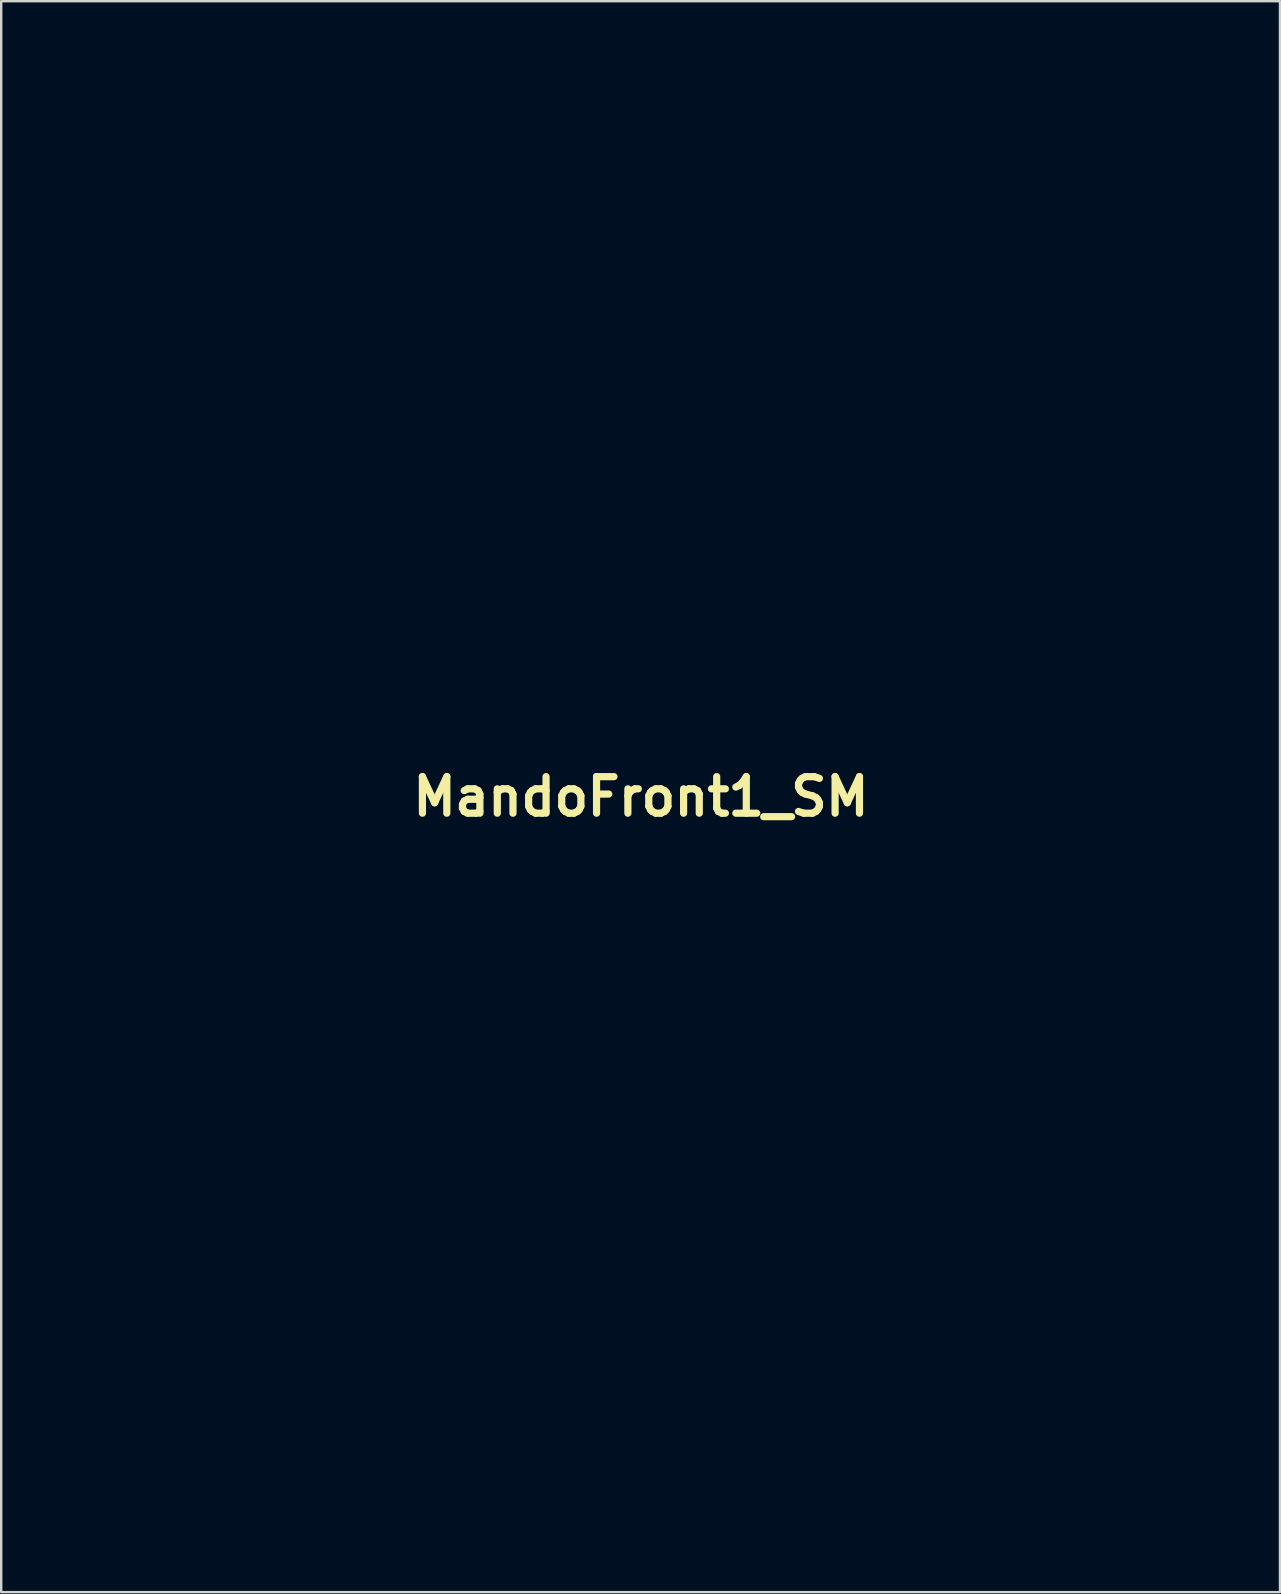
<source format=kicad_pcb>
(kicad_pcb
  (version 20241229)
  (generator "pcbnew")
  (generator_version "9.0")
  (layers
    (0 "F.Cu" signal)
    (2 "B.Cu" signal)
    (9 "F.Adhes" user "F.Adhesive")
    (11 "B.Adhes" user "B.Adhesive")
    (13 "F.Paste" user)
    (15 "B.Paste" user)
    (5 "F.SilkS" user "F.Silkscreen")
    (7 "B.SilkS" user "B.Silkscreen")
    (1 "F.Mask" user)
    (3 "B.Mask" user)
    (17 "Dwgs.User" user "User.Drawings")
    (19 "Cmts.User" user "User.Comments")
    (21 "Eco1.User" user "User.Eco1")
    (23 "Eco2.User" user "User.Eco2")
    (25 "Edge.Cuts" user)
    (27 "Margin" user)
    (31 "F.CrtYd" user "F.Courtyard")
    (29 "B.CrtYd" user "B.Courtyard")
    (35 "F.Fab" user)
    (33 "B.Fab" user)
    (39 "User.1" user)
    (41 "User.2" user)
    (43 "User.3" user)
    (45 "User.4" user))
  (footprint "MandoFront1_SM"
    (layer "F.Cu")
    (at 23.664 30.154)
    (property "Reference" "MandoFront1_SM" (at 0 0 0) (layer "F.SilkS") (effects (font (size 1.524 1.524) (thickness 0.3))))
    (attr board_only exclude_from_pos_files exclude_from_bom)
    (fp_poly (pts (xy 1.27 -10.058) (xy -1.27 -10.058) (xy -1.358 -30.154) (xy 1.358 -30.154)) (stroke (width 0) (type solid)) (fill yes) (layer "F.Mask"))
    (fp_poly (pts (xy 23.634 4.89) (xy 21.597 4.89) (xy 21.597 0.407) (xy 23.634 0.407)) (stroke (width 0) (type solid)) (fill yes) (layer "F.Mask"))
    (fp_poly (pts (xy 22.936 -1.881) (xy 23.286 -1.826) (xy 23.436 -1.756) (xy 23.472 -1.542) (xy 23.457 -1.174) (xy 23.436 -1.009) (xy 23.346 -0.407) (xy 21.597 -0.407) (xy 21.597 -1.902) (xy 22.472 -1.902)) (stroke (width 0) (type solid)) (fill yes) (layer "F.Mask"))
    (fp_poly (pts (xy -22.666 5.198) (xy -22.565 5.318) (xy -22.712 5.536) (xy -22.797 5.617) (xy -23.002 5.766) (xy -23.158 5.711) (xy -23.273 5.593) (xy -23.464 5.34) (xy -23.433 5.209) (xy -23.162 5.164) (xy -23.023 5.161)) (stroke (width 0) (type solid)) (fill yes) (layer "F.Mask"))
    (fp_poly (pts (xy -21.597 -0.407) (xy -22.463 -0.407) (xy -22.933 -0.414) (xy -23.2 -0.451) (xy -23.33 -0.548) (xy -23.393 -0.732) (xy -23.407 -0.799) (xy -23.5 -1.231) (xy -23.574 -1.546) (xy -23.664 -1.902) (xy -21.597 -1.902)) (stroke (width 0) (type solid)) (fill yes) (layer "F.Mask"))
    (fp_poly (pts (xy 23.38 5.198) (xy 23.481 5.318) (xy 23.334 5.536) (xy 23.249 5.617) (xy 23.044 5.766) (xy 22.888 5.711) (xy 22.773 5.593) (xy 22.582 5.34) (xy 22.613 5.209) (xy 22.884 5.164) (xy 23.023 5.161)) (stroke (width 0) (type solid)) (fill yes) (layer "F.Mask"))
    (fp_poly (pts (xy -21.959 -0.107) (xy -21.755 -0.049) (xy -21.733 -0.015) (xy -21.853 0.146) (xy -22.163 0.237) (xy -22.588 0.245) (xy -22.991 0.178) (xy -23.155 0.071) (xy -23.152 -0.01) (xy -22.989 -0.083) (xy -22.671 -0.124) (xy -22.296 -0.132)) (stroke (width 0) (type solid)) (fill yes) (layer "F.Mask"))
    (fp_poly (pts (xy 22.888 -0.111) (xy 23.164 -0.045) (xy 23.219 0.047) (xy 23.031 0.153) (xy 22.921 0.186) (xy 22.215 0.244) (xy 21.834 0.178) (xy 21.605 0.08) (xy 21.617 -0.016) (xy 21.84 -0.092) (xy 22.244 -0.133) (xy 22.412 -0.136)) (stroke (width 0) (type solid)) (fill yes) (layer "F.Mask"))
    (fp_poly (pts (xy -21.597 4.89) (xy -22.525 4.89) (xy -23.004 4.877) (xy -23.37 4.845) (xy -23.543 4.8) (xy -23.544 4.799) (xy -23.575 4.639) (xy -23.601 4.255) (xy -23.621 3.697) (xy -23.632 3.011) (xy -23.634 2.558) (xy -23.634 0.407) (xy -21.597 0.407)) (stroke (width 0) (type solid)) (fill yes) (layer "F.Mask"))
    (fp_poly (pts (xy -21.63 12.393) (xy -21.638 13.992) (xy -21.647 15.341) (xy -21.657 16.46) (xy -21.67 17.37) (xy -21.685 18.093) (xy -21.703 18.649) (xy -21.725 19.059) (xy -21.753 19.345) (xy -21.785 19.527) (xy -21.825 19.626) (xy -21.871 19.663) (xy -21.875 19.664) (xy -22.117 19.647) (xy -22.181 19.609) (xy -22.199 19.459) (xy -22.216 19.063) (xy -22.231 18.446) (xy -22.245 17.633) (xy -22.257 16.651) (xy -22.266 15.524) (xy -22.272 14.279) (xy -22.276 12.94) (xy -22.276 12.338) (xy -22.276 5.161) (xy -21.594 5.161)) (stroke (width 0) (type solid)) (fill yes) (layer "F.Mask"))
    (fp_poly (pts (xy 22.561 -9.482) (xy 22.933 -9.418) (xy 23.131 -9.338) (xy 23.289 -9.138) (xy 23.413 -8.782) (xy 23.507 -8.25) (xy 23.574 -7.518) (xy 23.615 -6.567) (xy 23.633 -5.374) (xy 23.634 -4.871) (xy 23.634 -2.037) (xy 21.597 -2.037) (xy 21.597 -4.883) (xy 21.604 -5.918) (xy 21.625 -6.781) (xy 21.659 -7.447) (xy 21.704 -7.887) (xy 21.744 -8.053) (xy 21.742 -8.382) (xy 21.734 -8.747) (xy 21.688 -8.863) (xy 21.576 -9.192) (xy 21.552 -9.405) (xy 21.563 -9.429) (xy 21.77 -9.494) (xy 22.138 -9.51)) (stroke (width 0) (type solid)) (fill yes) (layer "F.Mask"))
    (fp_poly (pts (xy -21.809 -9.489) (xy -21.582 -9.413) (xy -21.56 -9.253) (xy -21.685 -9.021) (xy -21.793 -8.806) (xy -21.829 -8.548) (xy -21.797 -8.166) (xy -21.736 -7.78) (xy -21.678 -7.268) (xy -21.637 -6.544) (xy -21.617 -5.669) (xy -21.618 -4.702) (xy -21.621 -4.482) (xy -21.665 -2.105) (xy -22.649 -2.065) (xy -23.634 -2.026) (xy -23.626 -4.918) (xy -23.618 -6.157) (xy -23.597 -7.152) (xy -23.556 -7.929) (xy -23.485 -8.514) (xy -23.377 -8.935) (xy -23.225 -9.217) (xy -23.02 -9.389) (xy -22.755 -9.476) (xy -22.422 -9.506) (xy -22.273 -9.508)) (stroke (width 0) (type solid)) (fill yes) (layer "F.Mask"))
    (fp_poly (pts (xy -3.599 -9.075) (xy -3.296 -8.715) (xy -3.106 -8.468) (xy -2.972 -8.28) (xy -2.87 -8.179) (xy -3.353 -8.179) (xy -3.759 -8.179) (xy -4.465 -8.179) (xy -5.29 -8.179) (xy -6.276 -8.193) (xy -7.395 -8.185) (xy -8.618 -8.178) (xy -9.919 -8.174) (xy -11.269 -8.171) (xy -12.641 -8.171) (xy -14.007 -8.172) (xy -15.34 -8.175) (xy -16.611 -8.18) (xy -17.794 -8.187) (xy -18.859 -8.196) (xy -19.781 -8.207) (xy -20.529 -8.219) (xy -21.079 -8.234) (xy -21.4 -8.251) (xy -21.472 -8.261) (xy -21.61 -8.391) (xy -21.604 -8.651) (xy -21.574 -8.78) (xy -21.461 -9.206)) (stroke (width 0) (type solid)) (fill yes) (layer "F.Mask"))
    (fp_poly (pts (xy 22.568 5.806) (xy 22.607 5.978) (xy 22.641 6.388) (xy 22.67 6.999) (xy 22.693 7.78) (xy 22.712 8.694) (xy 22.725 9.707) (xy 22.732 10.786) (xy 22.735 11.896) (xy 22.731 13.001) (xy 22.723 14.068) (xy 22.709 15.063) (xy 22.69 15.951) (xy 22.665 16.697) (xy 22.635 17.267) (xy 22.6 17.627) (xy 22.573 17.733) (xy 22.535 17.731) (xy 22.503 17.573) (xy 22.477 17.242) (xy 22.456 16.724) (xy 22.44 16.002) (xy 22.428 15.062) (xy 22.421 13.888) (xy 22.417 12.463) (xy 22.416 11.824) (xy 22.417 10.288) (xy 22.421 9.008) (xy 22.43 7.967) (xy 22.444 7.151) (xy 22.462 6.542) (xy 22.487 6.124) (xy 22.517 5.882) (xy 22.553 5.8)) (stroke (width 0) (type solid)) (fill yes) (layer "F.Mask"))
    (fp_poly (pts (xy -22.478 5.593) (xy -22.465 5.739) (xy -22.454 6.129) (xy -22.446 6.738) (xy -22.44 7.539) (xy -22.437 8.505) (xy -22.436 9.609) (xy -22.439 10.825) (xy -22.444 12.126) (xy -22.444 12.169) (xy -22.453 13.661) (xy -22.462 14.899) (xy -22.472 15.902) (xy -22.484 16.688) (xy -22.498 17.275) (xy -22.515 17.682) (xy -22.535 17.926) (xy -22.561 18.027) (xy -22.591 18.001) (xy -22.627 17.868) (xy -22.655 17.726) (xy -22.703 17.375) (xy -22.741 16.89) (xy -22.769 16.247) (xy -22.788 15.427) (xy -22.798 14.405) (xy -22.8 13.161) (xy -22.794 11.673) (xy -22.791 11.251) (xy -22.779 9.809) (xy -22.765 8.617) (xy -22.748 7.656) (xy -22.726 6.904) (xy -22.699 6.342) (xy -22.665 5.948) (xy -22.623 5.701) (xy -22.573 5.581) (xy -22.512 5.567)) (stroke (width 0) (type solid)) (fill yes) (layer "F.Mask"))
    (fp_poly (pts (xy -3.768 -9.349) (xy -9.574 -9.38) (xy -10.949 -9.388) (xy -12.361 -9.397) (xy -13.761 -9.407) (xy -15.097 -9.418) (xy -16.321 -9.429) (xy -17.38 -9.439) (xy -18.227 -9.449) (xy -18.335 -9.45) (xy -21.29 -9.49) (xy -21.29 -10.42) (xy -21.212 -11.619) (xy -20.979 -13.032) (xy -20.591 -14.663) (xy -20.407 -15.322) (xy -19.785 -17.21) (xy -19.046 -18.911) (xy -18.17 -20.454) (xy -17.133 -21.864) (xy -15.914 -23.17) (xy -14.49 -24.397) (xy -12.839 -25.573) (xy -10.938 -26.725) (xy -10.935 -26.726) (xy -10.202 -27.124) (xy -9.436 -27.511) (xy -8.723 -27.846) (xy -8.148 -28.089) (xy -8.083 -28.113) (xy -7.341 -28.369) (xy -6.554 -28.615) (xy -5.781 -28.835) (xy -5.083 -29.014) (xy -4.519 -29.134) (xy -4.148 -29.179) (xy -4.141 -29.179) (xy -3.768 -29.18)) (stroke (width 0) (type solid)) (fill yes) (layer "F.Mask"))
    (fp_poly (pts (xy -21.298 0.433) (xy -21.224 0.524) (xy -21.117 0.702) (xy -20.97 0.989) (xy -20.771 1.406) (xy -20.51 1.975) (xy -20.177 2.718) (xy -19.762 3.656) (xy -19.254 4.81) (xy -18.953 5.496) (xy -17.285 9.304) (xy -17.736 15.892) (xy -17.826 17.201) (xy -17.91 18.424) (xy -17.987 19.537) (xy -18.054 20.511) (xy -18.11 21.323) (xy -18.154 21.944) (xy -18.182 22.349) (xy -18.194 22.512) (xy -18.194 22.514) (xy -18.247 22.54) (xy -18.399 22.482) (xy -18.68 22.322) (xy -19.118 22.043) (xy -19.741 21.628) (xy -19.933 21.499) (xy -21.461 20.468) (xy -21.461 10.438) (xy -21.46 8.814) (xy -21.455 7.272) (xy -21.449 5.832) (xy -21.44 4.516) (xy -21.429 3.345) (xy -21.416 2.341) (xy -21.402 1.524) (xy -21.386 0.915) (xy -21.37 0.536) (xy -21.352 0.407)) (stroke (width 0) (type solid)) (fill yes) (layer "F.Mask"))
    (fp_poly (pts (xy 4.024 -29.178) (xy 4.345 -29.137) (xy 4.858 -29.025) (xy 5.499 -28.861) (xy 6.204 -28.662) (xy 6.908 -28.446) (xy 7.547 -28.23) (xy 7.725 -28.165) (xy 8.8 -27.707) (xy 10.005 -27.102) (xy 11.274 -26.39) (xy 12.54 -25.611) (xy 13.736 -24.805) (xy 14.794 -24.011) (xy 15.024 -23.823) (xy 16.252 -22.646) (xy 17.383 -21.246) (xy 18.466 -19.663) (xy 19.355 -18.016) (xy 20.041 -16.289) (xy 20.371 -15.095) (xy 20.574 -14.27) (xy 20.752 -13.428) (xy 20.904 -12.529) (xy 21.031 -11.645) (xy 21.133 -10.878) (xy 21.209 -10.269) (xy 21.234 -9.915) (xy 21.285 -9.433) (xy 17.007 -9.437) (xy 15.768 -9.413) (xy 14.34 -9.392) (xy 12.805 -9.374) (xy 11.245 -9.36) (xy 9.742 -9.351) (xy 8.38 -9.347) (xy 8.314 -9.347) (xy 3.718 -9.347) (xy 3.718 -29.178)) (stroke (width 0) (type solid)) (fill yes) (layer "F.Mask"))
    (fp_poly (pts (xy 21.207 0.605) (xy 21.235 0.951) (xy 21.262 1.516) (xy 21.288 2.27) (xy 21.313 3.188) (xy 21.336 4.242) (xy 21.357 5.405) (xy 21.376 6.649) (xy 21.392 7.949) (xy 21.405 9.276) (xy 21.415 10.604) (xy 21.421 11.905) (xy 21.423 13.152) (xy 21.42 14.319) (xy 21.413 15.377) (xy 21.4 16.301) (xy 21.385 16.99) (xy 21.286 20.388) (xy 20.728 20.836) (xy 20.328 21.14) (xy 19.792 21.523) (xy 19.214 21.92) (xy 18.687 22.268) (xy 18.37 22.465) (xy 18.187 22.46) (xy 18.138 22.386) (xy 18.116 22.215) (xy 18.08 21.804) (xy 18.031 21.181) (xy 17.972 20.377) (xy 17.905 19.423) (xy 17.831 18.349) (xy 17.755 17.184) (xy 17.733 16.843) (xy 17.653 15.611) (xy 17.576 14.422) (xy 17.503 13.312) (xy 17.437 12.318) (xy 17.381 11.478) (xy 17.337 10.829) (xy 17.307 10.409) (xy 17.304 10.371) (xy 17.22 9.264) (xy 19.146 4.937) (xy 19.6 3.923) (xy 20.021 2.987) (xy 20.397 2.158) (xy 20.715 1.466) (xy 20.96 0.94) (xy 21.12 0.609) (xy 21.179 0.502)) (stroke (width 0) (type solid)) (fill yes) (layer "F.Mask"))
    (fp_poly (pts (xy 21.928 5.167) (xy 21.978 5.197) (xy 22.019 5.274) (xy 22.053 5.418) (xy 22.08 5.652) (xy 22.101 5.996) (xy 22.116 6.472) (xy 22.127 7.102) (xy 22.134 7.907) (xy 22.138 8.908) (xy 22.139 10.127) (xy 22.14 11.586) (xy 22.14 12.428) (xy 22.14 14.017) (xy 22.139 15.355) (xy 22.136 16.465) (xy 22.131 17.367) (xy 22.122 18.084) (xy 22.109 18.636) (xy 22.091 19.045) (xy 22.068 19.332) (xy 22.037 19.519) (xy 22 19.628) (xy 21.954 19.679) (xy 21.9 19.694) (xy 21.868 19.695) (xy 21.809 19.69) (xy 21.759 19.66) (xy 21.718 19.583) (xy 21.684 19.439) (xy 21.657 19.205) (xy 21.636 18.861) (xy 21.621 18.385) (xy 21.61 17.755) (xy 21.603 16.95) (xy 21.599 15.949) (xy 21.597 14.73) (xy 21.597 13.271) (xy 21.597 12.428) (xy 21.597 10.84) (xy 21.598 9.501) (xy 21.601 8.392) (xy 21.606 7.489) (xy 21.615 6.773) (xy 21.628 6.221) (xy 21.646 5.812) (xy 21.669 5.525) (xy 21.699 5.337) (xy 21.737 5.229) (xy 21.782 5.178) (xy 21.837 5.162) (xy 21.868 5.161)) (stroke (width 0) (type solid)) (fill yes) (layer "F.Mask"))
    (fp_poly (pts (xy -16.315 9.321) (xy -14.922 9.6) (xy -13.649 10.12) (xy -12.507 10.874) (xy -11.505 11.853) (xy -10.655 13.05) (xy -10.283 13.741) (xy -9.823 14.762) (xy -9.423 15.823) (xy -9.073 16.97) (xy -8.759 18.247) (xy -8.471 19.699) (xy -8.195 21.371) (xy -8.151 21.665) (xy -8.065 22.337) (xy -7.987 23.135) (xy -7.916 24.021) (xy -7.856 24.955) (xy -7.807 25.899) (xy -7.771 26.814) (xy -7.749 27.662) (xy -7.743 28.403) (xy -7.754 29) (xy -7.783 29.412) (xy -7.833 29.602) (xy -7.849 29.611) (xy -8.052 29.51) (xy -8.09 29.462) (xy -8.223 29.331) (xy -8.531 29.062) (xy -8.978 28.689) (xy -9.526 28.241) (xy -9.966 27.887) (xy -11.423 26.769) (xy -12.949 25.682) (xy -14.471 24.677) (xy -15.916 23.803) (xy -16.503 23.475) (xy -17.861 22.739) (xy -17.823 21.319) (xy -17.804 20.825) (xy -17.77 20.104) (xy -17.723 19.201) (xy -17.666 18.16) (xy -17.602 17.025) (xy -17.532 15.841) (xy -17.46 14.652) (xy -17.389 13.503) (xy -17.32 12.438) (xy -17.257 11.5) (xy -17.203 10.736) (xy -17.162 10.222) (xy -17.077 9.238)) (stroke (width 0) (type solid)) (fill yes) (layer "F.Mask"))
    (fp_poly (pts (xy 16.728 9.362) (xy 16.968 9.491) (xy 16.972 9.497) (xy 17.025 9.699) (xy 17.082 10.105) (xy 17.136 10.649) (xy 17.165 11.048) (xy 17.196 11.51) (xy 17.243 12.201) (xy 17.303 13.078) (xy 17.373 14.101) (xy 17.451 15.228) (xy 17.534 16.415) (xy 17.605 17.423) (xy 17.683 18.566) (xy 17.751 19.626) (xy 17.808 20.573) (xy 17.852 21.375) (xy 17.88 22.001) (xy 17.892 22.42) (xy 17.886 22.6) (xy 17.886 22.601) (xy 17.744 22.733) (xy 17.411 22.957) (xy 16.935 23.242) (xy 16.367 23.557) (xy 16.365 23.558) (xy 15.685 23.927) (xy 14.988 24.317) (xy 14.367 24.673) (xy 14.011 24.885) (xy 13.503 25.216) (xy 12.839 25.681) (xy 12.072 26.238) (xy 11.257 26.848) (xy 10.445 27.471) (xy 9.691 28.067) (xy 9.048 28.595) (xy 8.897 28.724) (xy 8.485 29.072) (xy 8.136 29.357) (xy 7.914 29.525) (xy 7.891 29.539) (xy 7.829 29.543) (xy 7.784 29.45) (xy 7.756 29.23) (xy 7.744 28.854) (xy 7.746 28.29) (xy 7.761 27.51) (xy 7.782 26.677) (xy 7.919 23.891) (xy 8.17 21.347) (xy 8.535 19.037) (xy 9.017 16.957) (xy 9.616 15.1) (xy 10.106 13.928) (xy 10.567 13.082) (xy 11.144 12.243) (xy 11.785 11.477) (xy 12.436 10.85) (xy 12.94 10.483) (xy 13.609 10.13) (xy 14.327 9.827) (xy 15.047 9.587) (xy 15.719 9.422) (xy 16.296 9.343)) (stroke (width 0) (type solid)) (fill yes) (layer "F.Mask"))
    (fp_poly (pts (xy -20.857 -0.073) (xy -20.479 0.088) (xy -19.963 0.347) (xy -19.352 0.678) (xy -18.692 1.057) (xy -18.028 1.459) (xy -17.403 1.859) (xy -16.985 2.145) (xy -15.247 3.532) (xy -13.729 5.075) (xy -12.417 6.788) (xy -11.799 7.773) (xy -11.273 8.768) (xy -10.72 9.988) (xy -10.154 11.394) (xy -9.59 12.942) (xy -9.045 14.59) (xy -8.532 16.298) (xy -8.067 18.022) (xy -8.032 18.161) (xy -7.872 18.851) (xy -7.68 19.759) (xy -7.466 20.835) (xy -7.238 22.03) (xy -7.005 23.293) (xy -6.777 24.575) (xy -6.562 25.825) (xy -6.37 26.993) (xy -6.208 28.03) (xy -6.087 28.884) (xy -6.035 29.305) (xy -5.941 30.154) (xy -6.332 30.14) (xy -6.759 30.095) (xy -7.063 30.033) (xy -7.238 29.966) (xy -7.342 29.843) (xy -7.397 29.602) (xy -7.425 29.179) (xy -7.434 28.926) (xy -7.527 26.829) (xy -7.676 24.729) (xy -7.875 22.691) (xy -8.116 20.782) (xy -8.394 19.066) (xy -8.442 18.812) (xy -8.793 17.266) (xy -9.232 15.797) (xy -9.741 14.446) (xy -10.304 13.252) (xy -10.905 12.256) (xy -11.434 11.594) (xy -12.376 10.715) (xy -13.369 10.052) (xy -14.472 9.576) (xy -15.744 9.256) (xy -16.118 9.193) (xy -17.171 9.033) (xy -18.645 5.705) (xy -19.242 4.354) (xy -19.738 3.231) (xy -20.14 2.314) (xy -20.458 1.582) (xy -20.7 1.014) (xy -20.875 0.59) (xy -20.991 0.288) (xy -21.057 0.088) (xy -21.083 -0.032) (xy -21.075 -0.092) (xy -21.051 -0.112)) (stroke (width 0) (type solid)) (fill yes) (layer "F.Mask"))
    (fp_poly (pts (xy 21.005 -0.094) (xy 20.978 0.05) (xy 20.853 0.408) (xy 20.645 0.947) (xy 20.367 1.633) (xy 20.032 2.432) (xy 19.691 3.225) (xy 19.079 4.628) (xy 18.563 5.799) (xy 18.135 6.756) (xy 17.787 7.517) (xy 17.51 8.101) (xy 17.295 8.525) (xy 17.134 8.808) (xy 17.019 8.968) (xy 16.948 9.022) (xy 16.74 9.069) (xy 16.34 9.149) (xy 15.825 9.247) (xy 15.668 9.276) (xy 14.318 9.627) (xy 13.139 10.161) (xy 12.105 10.896) (xy 11.192 11.851) (xy 10.373 13.046) (xy 10.147 13.447) (xy 9.627 14.566) (xy 9.147 15.919) (xy 8.715 17.47) (xy 8.337 19.183) (xy 8.019 21.022) (xy 7.767 22.952) (xy 7.589 24.936) (xy 7.49 26.94) (xy 7.471 28.212) (xy 7.471 29.87) (xy 6.961 30.011) (xy 6.457 30.131) (xy 6.157 30.138) (xy 6.013 30.021) (xy 5.977 29.78) (xy 5.999 29.452) (xy 6.062 28.9) (xy 6.158 28.171) (xy 6.28 27.309) (xy 6.421 26.36) (xy 6.575 25.369) (xy 6.735 24.38) (xy 6.893 23.438) (xy 7.044 22.589) (xy 7.179 21.878) (xy 7.207 21.738) (xy 7.827 18.919) (xy 8.476 16.355) (xy 9.161 14.032) (xy 9.891 11.933) (xy 10.671 10.044) (xy 11.509 8.349) (xy 12.413 6.833) (xy 13.388 5.48) (xy 14.443 4.276) (xy 15.584 3.204) (xy 15.936 2.914) (xy 16.533 2.457) (xy 17.21 1.979) (xy 17.928 1.502) (xy 18.65 1.048) (xy 19.338 0.64) (xy 19.955 0.299) (xy 20.464 0.048) (xy 20.826 -0.09) (xy 21.004 -0.094)) (stroke (width 0) (type solid)) (fill yes) (layer "F.Mask"))
    (fp_poly (pts (xy -1.668 -29.966) (xy -1.65 -29.816) (xy -1.632 -29.416) (xy -1.614 -28.787) (xy -1.596 -27.952) (xy -1.579 -26.931) (xy -1.563 -25.745) (xy -1.548 -24.418) (xy -1.535 -22.969) (xy -1.524 -21.421) (xy -1.516 -19.888) (xy -1.469 -9.916) (xy 1.494 -9.916) (xy 1.494 -19.903) (xy 1.495 -21.838) (xy 1.497 -23.517) (xy 1.502 -24.958) (xy 1.508 -26.178) (xy 1.517 -27.192) (xy 1.529 -28.019) (xy 1.545 -28.674) (xy 1.563 -29.174) (xy 1.586 -29.537) (xy 1.612 -29.777) (xy 1.643 -29.913) (xy 1.676 -29.961) (xy 1.894 -29.953) (xy 2.271 -29.862) (xy 2.627 -29.743) (xy 3.396 -29.455) (xy 3.396 -9.214) (xy 2.904 -8.614) (xy 2.412 -8.014) (xy 2.828 -8.014) (xy 6.553 -7.976) (xy 6.731 -8.28) (xy 4.724 -8.28) (xy 3.2 -8.28) (xy 2.921 -8.28) (xy 3.124 -8.534) (xy 3.353 -8.814) (xy 3.619 -9.103) (xy 12.574 -9.068) (xy 21.311 -9.093) (xy 21.361 -8.23) (xy 20.549 -8.23) (xy 19.914 -8.23) (xy 19.253 -8.23) (xy 18.491 -8.255) (xy 17.323 -8.255) (xy 16.332 -8.255) (xy 14.986 -8.255) (xy 11.303 -8.255) (xy 6.782 -8.28) (xy 6.604 -7.976) (xy 21.461 -7.878) (xy 21.46 -5.943) (xy 21.453 -5.041) (xy 21.434 -4.042) (xy 21.405 -3.073) (xy 21.373 -2.304) (xy 21.286 -0.601) (xy 19.987 0.073) (xy 17.875 1.291) (xy 16.002 2.631) (xy 14.361 4.099) (xy 12.945 5.702) (xy 11.747 7.448) (xy 11.089 8.647) (xy 10.154 10.716) (xy 9.282 13.046) (xy 8.476 15.636) (xy 7.735 18.484) (xy 7.06 21.588) (xy 6.451 24.945) (xy 6.116 27.09) (xy 5.99 27.935) (xy 5.876 28.684) (xy 5.779 29.296) (xy 5.707 29.733) (xy 5.665 29.954) (xy 5.659 29.973) (xy 5.555 29.902) (xy 5.315 29.677) (xy 4.99 29.346) (xy 4.948 29.302) (xy 4.53 28.858) (xy 4.113 28.412) (xy 3.829 28.103) (xy 3.383 27.615) (xy 3.728 16.49) (xy 3.804 14.014) (xy 3.873 11.795) (xy 3.934 9.82) (xy 3.989 8.074) (xy 4.038 6.544) (xy 4.083 5.215) (xy 4.124 4.072) (xy 4.162 3.103) (xy 4.199 2.293) (xy 4.234 1.628) (xy 4.269 1.094) (xy 4.306 0.677) (xy 4.343 0.363) (xy 4.384 0.137) (xy 4.428 -0.014) (xy 4.476 -0.104) (xy 4.529 -0.148) (xy 4.589 -0.159) (xy 4.656 -0.152) (xy 4.73 -0.14) (xy 4.785 -0.137) (xy 5.199 -0.174) (xy 5.845 -0.277) (xy 6.692 -0.441) (xy 7.712 -0.658) (xy 8.875 -0.921) (xy 10.151 -1.222) (xy 11.51 -1.555) (xy 12.922 -1.912) (xy 14.359 -2.287) (xy 15.789 -2.672) (xy 17.185 -3.06) (xy 17.963 -3.284) (xy 20.374 -3.983) (xy 20.374 -5.706) (xy -0.034 -5.671) (xy -20.442 -5.637) (xy -20.442 -4.016) (xy -18.948 -3.564) (xy -17.361 -3.096) (xy -15.687 -2.626) (xy -13.974 -2.166) (xy -12.268 -1.727) (xy -10.615 -1.321) (xy -9.06 -0.958) (xy -7.652 -0.652) (xy -6.435 -0.412) (xy -5.976 -0.332) (xy -5.372 -0.22) (xy -4.861 -0.105) (xy -4.508 -0.003) (xy -4.386 0.055) (xy -4.354 0.161) (xy -4.321 0.427) (xy -4.286 0.864) (xy -4.249 1.483) (xy -4.21 2.295) (xy -4.168 3.31) (xy -4.123 4.54) (xy -4.074 5.995) (xy -4.021 7.686) (xy -3.964 9.624) (xy -3.901 11.819) (xy -3.882 12.496) (xy -3.831 14.337) (xy -3.781 16.125) (xy -3.732 17.84) (xy -3.686 19.459) (xy -3.642 20.96) (xy -3.602 22.32) (xy -3.567 23.517) (xy -3.536 24.53) (xy -3.511 25.336) (xy -3.491 25.912) (xy -3.48 26.219) (xy -3.418 27.65) (xy -4.491 28.796) (xy -4.991 29.309) (xy -5.372 29.653) (xy -5.614 29.812) (xy -5.687 29.81) (xy -5.743 29.64) (xy -5.827 29.244) (xy -5.931 28.668) (xy -6.047 27.954) (xy -6.167 27.146) (xy -6.174 27.098) (xy -6.716 23.645) (xy -7.333 20.427) (xy -8.024 17.449) (xy -8.787 14.714) (xy -9.62 12.227) (xy -10.524 9.991) (xy -11.496 8.011) (xy -12.438 6.438) (xy -13.486 5.064) (xy -14.784 3.725) (xy -16.308 2.44) (xy -18.037 1.228) (xy -19.949 0.106) (xy -20.001 0.079) (xy -21.461 -0.7) (xy -21.461 -7.878) (xy -2.605 -7.878) (xy -2.262 -7.471) (xy -1.919 -7.063) (xy 0.025 -7.067) (xy 0.788 -7.071) (xy 1.327 -7.082) (xy 1.687 -7.087) (xy 1.958 -7.081) (xy 2.108 -7.087) (xy 2.311 -7.341) (xy 2.464 -7.544) (xy 2.819 -8.001) (xy 2.388 -8.001) (xy 2.134 -7.645) (xy 2.032 -7.493) (xy 1.916 -7.341) (xy 1.702 -7.341) (xy 1.321 -7.341) (xy 0.742 -7.34) (xy -0.054 -7.335) (xy -1.727 -7.341) (xy -2.54 -8.306) (xy -3.302 -9.231) (xy -3.396 -16.139) (xy -3.394 -17.624) (xy -3.388 -19.14) (xy -3.38 -20.644) (xy -3.369 -22.091) (xy -3.355 -23.437) (xy -3.378 -24.613) (xy -3.378 -25.603) (xy -3.378 -26.264) (xy -3.404 -29.54) (xy -2.496 -29.826) (xy -2.083 -29.943) (xy -1.776 -29.987)) (stroke (width 0) (type solid)) (fill yes) (layer "F.Mask")))
  (gr_rect
    (start -3 -3)
    (end 50.298 63.308)
    (stroke (width 0.1) (type default))
    (fill no)
    (layer "Edge.Cuts")))
</source>
